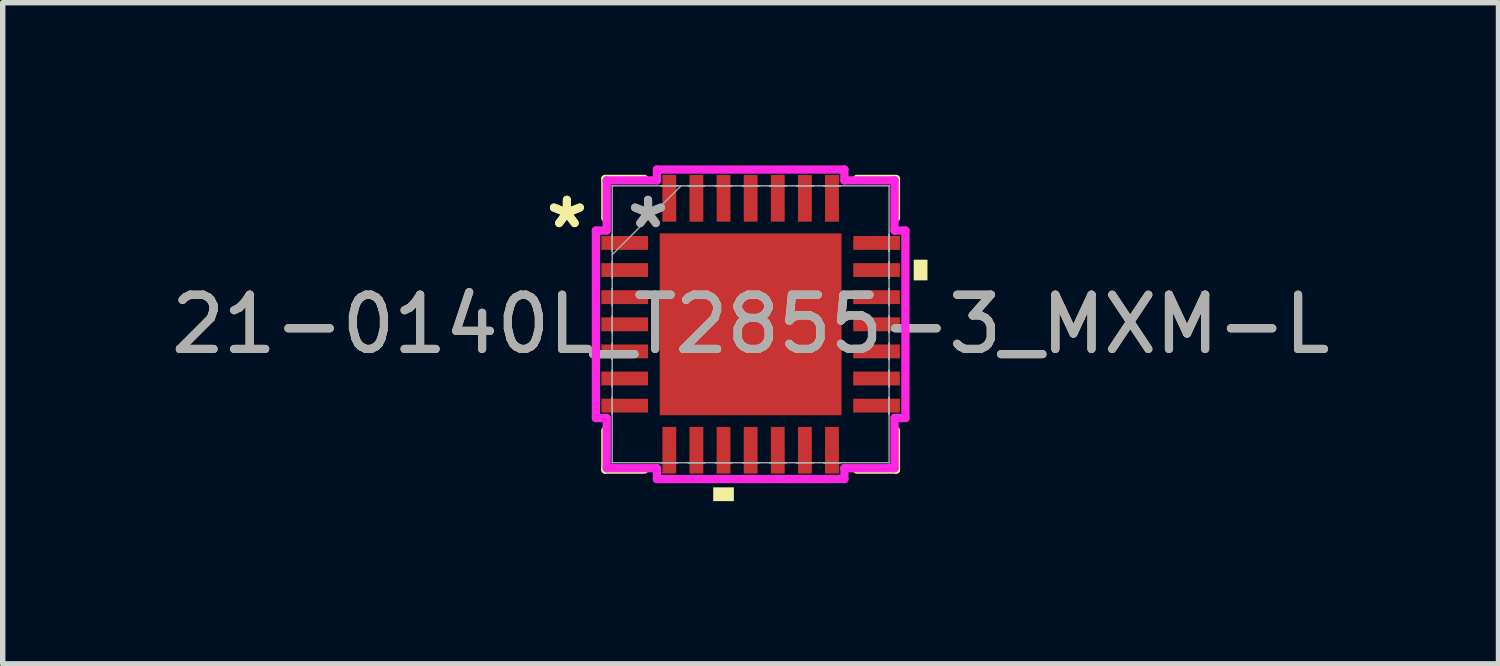
<source format=kicad_pcb>
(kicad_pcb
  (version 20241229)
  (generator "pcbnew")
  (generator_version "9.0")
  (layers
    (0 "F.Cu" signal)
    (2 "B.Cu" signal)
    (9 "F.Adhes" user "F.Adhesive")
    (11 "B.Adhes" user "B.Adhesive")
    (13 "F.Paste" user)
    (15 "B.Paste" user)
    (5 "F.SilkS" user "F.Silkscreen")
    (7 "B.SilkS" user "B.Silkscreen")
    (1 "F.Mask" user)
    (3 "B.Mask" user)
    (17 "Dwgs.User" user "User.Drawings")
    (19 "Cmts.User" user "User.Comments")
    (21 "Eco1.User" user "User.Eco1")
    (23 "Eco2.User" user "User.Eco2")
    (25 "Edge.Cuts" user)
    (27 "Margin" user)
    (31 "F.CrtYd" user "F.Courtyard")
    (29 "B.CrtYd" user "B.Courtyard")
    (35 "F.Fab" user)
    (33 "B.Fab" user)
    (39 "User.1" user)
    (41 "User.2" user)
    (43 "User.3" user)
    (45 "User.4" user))
  (footprint "21-0140L_T2855-3_MXM-L"
    (layer "F.Cu")
    (at 10.792 2.93)
    (property "Reference" "21-0140L_T2855-3_MXM-L" (at 0 0 0) (unlocked yes) (layer "F.SilkS") (effects (font (size 1 1) (thickness 0.15))))
    (attr smd)
    (fp_line (start -2.68 -2.68) (end -2.68 -1.96) (stroke (width 0.152) (type solid)) (layer "F.SilkS"))
    (fp_line (start -2.68 1.96) (end -2.68 2.68) (stroke (width 0.152) (type solid)) (layer "F.SilkS"))
    (fp_line (start -2.68 2.68) (end -1.96 2.68) (stroke (width 0.152) (type solid)) (layer "F.SilkS"))
    (fp_line (start -1.96 -2.68) (end -2.68 -2.68) (stroke (width 0.152) (type solid)) (layer "F.SilkS"))
    (fp_line (start 1.96 2.68) (end 2.68 2.68) (stroke (width 0.152) (type solid)) (layer "F.SilkS"))
    (fp_line (start 2.68 -2.68) (end 1.96 -2.68) (stroke (width 0.152) (type solid)) (layer "F.SilkS"))
    (fp_line (start 2.68 -1.96) (end 2.68 -2.68) (stroke (width 0.152) (type solid)) (layer "F.SilkS"))
    (fp_line (start 2.68 2.68) (end 2.68 1.96) (stroke (width 0.152) (type solid)) (layer "F.SilkS"))
    (fp_poly (pts (xy -0.69 3.007) (xy -0.69 3.261) (xy -0.309 3.261) (xy -0.309 3.007)) (stroke (width 0) (type solid)) (fill yes) (layer "F.SilkS"))
    (fp_poly (pts (xy 3.261 -1.191) (xy 3.261 -0.81) (xy 3.007 -0.81) (xy 3.007 -1.191)) (stroke (width 0) (type solid)) (fill yes) (layer "F.SilkS"))
    (fp_poly (pts (xy -1.576 -1.576) (xy -1.576 -0.1) (xy -0.1 -0.1) (xy -0.1 -1.576)) (stroke (width 0) (type solid)) (fill yes) (layer "F.Paste"))
    (fp_poly (pts (xy -1.576 0.1) (xy -1.576 1.576) (xy -0.1 1.576) (xy -0.1 0.1)) (stroke (width 0) (type solid)) (fill yes) (layer "F.Paste"))
    (fp_poly (pts (xy 0.1 -1.576) (xy 0.1 -0.1) (xy 1.576 -0.1) (xy 1.576 -1.576)) (stroke (width 0) (type solid)) (fill yes) (layer "F.Paste"))
    (fp_poly (pts (xy 0.1 0.1) (xy 0.1 1.576) (xy 1.576 1.576) (xy 1.576 0.1)) (stroke (width 0) (type solid)) (fill yes) (layer "F.Paste"))
    (fp_line (start -2.854 -1.729) (end -2.654 -1.729) (stroke (width 0.152) (type solid)) (layer "F.CrtYd"))
    (fp_line (start -2.854 1.729) (end -2.854 -1.729) (stroke (width 0.152) (type solid)) (layer "F.CrtYd"))
    (fp_line (start -2.654 -2.654) (end -1.729 -2.654) (stroke (width 0.152) (type solid)) (layer "F.CrtYd"))
    (fp_line (start -2.654 -1.729) (end -2.654 -2.654) (stroke (width 0.152) (type solid)) (layer "F.CrtYd"))
    (fp_line (start -2.654 1.729) (end -2.854 1.729) (stroke (width 0.152) (type solid)) (layer "F.CrtYd"))
    (fp_line (start -2.654 2.654) (end -2.654 1.729) (stroke (width 0.152) (type solid)) (layer "F.CrtYd"))
    (fp_line (start -1.729 -2.854) (end 1.729 -2.854) (stroke (width 0.152) (type solid)) (layer "F.CrtYd"))
    (fp_line (start -1.729 -2.654) (end -1.729 -2.854) (stroke (width 0.152) (type solid)) (layer "F.CrtYd"))
    (fp_line (start -1.729 2.654) (end -2.654 2.654) (stroke (width 0.152) (type solid)) (layer "F.CrtYd"))
    (fp_line (start -1.729 2.854) (end -1.729 2.654) (stroke (width 0.152) (type solid)) (layer "F.CrtYd"))
    (fp_line (start 1.729 -2.854) (end 1.729 -2.654) (stroke (width 0.152) (type solid)) (layer "F.CrtYd"))
    (fp_line (start 1.729 -2.654) (end 2.654 -2.654) (stroke (width 0.152) (type solid)) (layer "F.CrtYd"))
    (fp_line (start 1.729 2.654) (end 1.729 2.854) (stroke (width 0.152) (type solid)) (layer "F.CrtYd"))
    (fp_line (start 1.729 2.854) (end -1.729 2.854) (stroke (width 0.152) (type solid)) (layer "F.CrtYd"))
    (fp_line (start 2.654 -2.654) (end 2.654 -1.729) (stroke (width 0.152) (type solid)) (layer "F.CrtYd"))
    (fp_line (start 2.654 -1.729) (end 2.854 -1.729) (stroke (width 0.152) (type solid)) (layer "F.CrtYd"))
    (fp_line (start 2.654 1.729) (end 2.654 2.654) (stroke (width 0.152) (type solid)) (layer "F.CrtYd"))
    (fp_line (start 2.654 2.654) (end 1.729 2.654) (stroke (width 0.152) (type solid)) (layer "F.CrtYd"))
    (fp_line (start 2.854 -1.729) (end 2.854 1.729) (stroke (width 0.152) (type solid)) (layer "F.CrtYd"))
    (fp_line (start 2.854 1.729) (end 2.654 1.729) (stroke (width 0.152) (type solid)) (layer "F.CrtYd"))
    (fp_line (start -2.553 -2.553) (end -2.553 -2.553) (stroke (width 0.025) (type solid)) (layer "F.Fab"))
    (fp_line (start -2.553 -2.553) (end -2.553 2.553) (stroke (width 0.025) (type solid)) (layer "F.Fab"))
    (fp_line (start -2.553 -1.652) (end -2.553 -1.652) (stroke (width 0.025) (type solid)) (layer "F.Fab"))
    (fp_line (start -2.553 -1.652) (end -2.553 -1.348) (stroke (width 0.025) (type solid)) (layer "F.Fab"))
    (fp_line (start -2.553 -1.348) (end -2.553 -1.652) (stroke (width 0.025) (type solid)) (layer "F.Fab"))
    (fp_line (start -2.553 -1.348) (end -2.553 -1.348) (stroke (width 0.025) (type solid)) (layer "F.Fab"))
    (fp_line (start -2.553 -1.283) (end -1.283 -2.553) (stroke (width 0.025) (type solid)) (layer "F.Fab"))
    (fp_line (start -2.553 -1.152) (end -2.553 -1.152) (stroke (width 0.025) (type solid)) (layer "F.Fab"))
    (fp_line (start -2.553 -1.152) (end -2.553 -0.848) (stroke (width 0.025) (type solid)) (layer "F.Fab"))
    (fp_line (start -2.553 -0.848) (end -2.553 -1.152) (stroke (width 0.025) (type solid)) (layer "F.Fab"))
    (fp_line (start -2.553 -0.848) (end -2.553 -0.848) (stroke (width 0.025) (type solid)) (layer "F.Fab"))
    (fp_line (start -2.553 -0.652) (end -2.553 -0.652) (stroke (width 0.025) (type solid)) (layer "F.Fab"))
    (fp_line (start -2.553 -0.652) (end -2.553 -0.348) (stroke (width 0.025) (type solid)) (layer "F.Fab"))
    (fp_line (start -2.553 -0.348) (end -2.553 -0.652) (stroke (width 0.025) (type solid)) (layer "F.Fab"))
    (fp_line (start -2.553 -0.348) (end -2.553 -0.348) (stroke (width 0.025) (type solid)) (layer "F.Fab"))
    (fp_line (start -2.553 -0.152) (end -2.553 -0.152) (stroke (width 0.025) (type solid)) (layer "F.Fab"))
    (fp_line (start -2.553 -0.152) (end -2.553 0.152) (stroke (width 0.025) (type solid)) (layer "F.Fab"))
    (fp_line (start -2.553 0.152) (end -2.553 -0.152) (stroke (width 0.025) (type solid)) (layer "F.Fab"))
    (fp_line (start -2.553 0.152) (end -2.553 0.152) (stroke (width 0.025) (type solid)) (layer "F.Fab"))
    (fp_line (start -2.553 0.348) (end -2.553 0.348) (stroke (width 0.025) (type solid)) (layer "F.Fab"))
    (fp_line (start -2.553 0.348) (end -2.553 0.652) (stroke (width 0.025) (type solid)) (layer "F.Fab"))
    (fp_line (start -2.553 0.652) (end -2.553 0.348) (stroke (width 0.025) (type solid)) (layer "F.Fab"))
    (fp_line (start -2.553 0.652) (end -2.553 0.652) (stroke (width 0.025) (type solid)) (layer "F.Fab"))
    (fp_line (start -2.553 0.848) (end -2.553 0.848) (stroke (width 0.025) (type solid)) (layer "F.Fab"))
    (fp_line (start -2.553 0.848) (end -2.553 1.152) (stroke (width 0.025) (type solid)) (layer "F.Fab"))
    (fp_line (start -2.553 1.152) (end -2.553 0.848) (stroke (width 0.025) (type solid)) (layer "F.Fab"))
    (fp_line (start -2.553 1.152) (end -2.553 1.152) (stroke (width 0.025) (type solid)) (layer "F.Fab"))
    (fp_line (start -2.553 1.348) (end -2.553 1.348) (stroke (width 0.025) (type solid)) (layer "F.Fab"))
    (fp_line (start -2.553 1.348) (end -2.553 1.652) (stroke (width 0.025) (type solid)) (layer "F.Fab"))
    (fp_line (start -2.553 1.652) (end -2.553 1.348) (stroke (width 0.025) (type solid)) (layer "F.Fab"))
    (fp_line (start -2.553 1.652) (end -2.553 1.652) (stroke (width 0.025) (type solid)) (layer "F.Fab"))
    (fp_line (start -2.553 2.553) (end -2.553 2.553) (stroke (width 0.025) (type solid)) (layer "F.Fab"))
    (fp_line (start -2.553 2.553) (end 2.553 2.553) (stroke (width 0.025) (type solid)) (layer "F.Fab"))
    (fp_line (start -1.652 -2.553) (end -1.652 -2.553) (stroke (width 0.025) (type solid)) (layer "F.Fab"))
    (fp_line (start -1.652 -2.553) (end -1.348 -2.553) (stroke (width 0.025) (type solid)) (layer "F.Fab"))
    (fp_line (start -1.652 2.553) (end -1.652 2.553) (stroke (width 0.025) (type solid)) (layer "F.Fab"))
    (fp_line (start -1.652 2.553) (end -1.348 2.553) (stroke (width 0.025) (type solid)) (layer "F.Fab"))
    (fp_line (start -1.348 -2.553) (end -1.652 -2.553) (stroke (width 0.025) (type solid)) (layer "F.Fab"))
    (fp_line (start -1.348 -2.553) (end -1.348 -2.553) (stroke (width 0.025) (type solid)) (layer "F.Fab"))
    (fp_line (start -1.348 2.553) (end -1.652 2.553) (stroke (width 0.025) (type solid)) (layer "F.Fab"))
    (fp_line (start -1.348 2.553) (end -1.348 2.553) (stroke (width 0.025) (type solid)) (layer "F.Fab"))
    (fp_line (start -1.152 -2.553) (end -1.152 -2.553) (stroke (width 0.025) (type solid)) (layer "F.Fab"))
    (fp_line (start -1.152 -2.553) (end -0.848 -2.553) (stroke (width 0.025) (type solid)) (layer "F.Fab"))
    (fp_line (start -1.152 2.553) (end -1.152 2.553) (stroke (width 0.025) (type solid)) (layer "F.Fab"))
    (fp_line (start -1.152 2.553) (end -0.848 2.553) (stroke (width 0.025) (type solid)) (layer "F.Fab"))
    (fp_line (start -0.848 -2.553) (end -1.152 -2.553) (stroke (width 0.025) (type solid)) (layer "F.Fab"))
    (fp_line (start -0.848 -2.553) (end -0.848 -2.553) (stroke (width 0.025) (type solid)) (layer "F.Fab"))
    (fp_line (start -0.848 2.553) (end -1.152 2.553) (stroke (width 0.025) (type solid)) (layer "F.Fab"))
    (fp_line (start -0.848 2.553) (end -0.848 2.553) (stroke (width 0.025) (type solid)) (layer "F.Fab"))
    (fp_line (start -0.652 -2.553) (end -0.652 -2.553) (stroke (width 0.025) (type solid)) (layer "F.Fab"))
    (fp_line (start -0.652 -2.553) (end -0.348 -2.553) (stroke (width 0.025) (type solid)) (layer "F.Fab"))
    (fp_line (start -0.652 2.553) (end -0.652 2.553) (stroke (width 0.025) (type solid)) (layer "F.Fab"))
    (fp_line (start -0.652 2.553) (end -0.348 2.553) (stroke (width 0.025) (type solid)) (layer "F.Fab"))
    (fp_line (start -0.348 -2.553) (end -0.652 -2.553) (stroke (width 0.025) (type solid)) (layer "F.Fab"))
    (fp_line (start -0.348 -2.553) (end -0.348 -2.553) (stroke (width 0.025) (type solid)) (layer "F.Fab"))
    (fp_line (start -0.348 2.553) (end -0.652 2.553) (stroke (width 0.025) (type solid)) (layer "F.Fab"))
    (fp_line (start -0.348 2.553) (end -0.348 2.553) (stroke (width 0.025) (type solid)) (layer "F.Fab"))
    (fp_line (start -0.152 -2.553) (end -0.152 -2.553) (stroke (width 0.025) (type solid)) (layer "F.Fab"))
    (fp_line (start -0.152 -2.553) (end 0.152 -2.553) (stroke (width 0.025) (type solid)) (layer "F.Fab"))
    (fp_line (start -0.152 2.553) (end -0.152 2.553) (stroke (width 0.025) (type solid)) (layer "F.Fab"))
    (fp_line (start -0.152 2.553) (end 0.152 2.553) (stroke (width 0.025) (type solid)) (layer "F.Fab"))
    (fp_line (start 0.152 -2.553) (end -0.152 -2.553) (stroke (width 0.025) (type solid)) (layer "F.Fab"))
    (fp_line (start 0.152 -2.553) (end 0.152 -2.553) (stroke (width 0.025) (type solid)) (layer "F.Fab"))
    (fp_line (start 0.152 2.553) (end -0.152 2.553) (stroke (width 0.025) (type solid)) (layer "F.Fab"))
    (fp_line (start 0.152 2.553) (end 0.152 2.553) (stroke (width 0.025) (type solid)) (layer "F.Fab"))
    (fp_line (start 0.348 -2.553) (end 0.348 -2.553) (stroke (width 0.025) (type solid)) (layer "F.Fab"))
    (fp_line (start 0.348 -2.553) (end 0.652 -2.553) (stroke (width 0.025) (type solid)) (layer "F.Fab"))
    (fp_line (start 0.348 2.553) (end 0.348 2.553) (stroke (width 0.025) (type solid)) (layer "F.Fab"))
    (fp_line (start 0.348 2.553) (end 0.652 2.553) (stroke (width 0.025) (type solid)) (layer "F.Fab"))
    (fp_line (start 0.652 -2.553) (end 0.348 -2.553) (stroke (width 0.025) (type solid)) (layer "F.Fab"))
    (fp_line (start 0.652 -2.553) (end 0.652 -2.553) (stroke (width 0.025) (type solid)) (layer "F.Fab"))
    (fp_line (start 0.652 2.553) (end 0.348 2.553) (stroke (width 0.025) (type solid)) (layer "F.Fab"))
    (fp_line (start 0.652 2.553) (end 0.652 2.553) (stroke (width 0.025) (type solid)) (layer "F.Fab"))
    (fp_line (start 0.848 -2.553) (end 0.848 -2.553) (stroke (width 0.025) (type solid)) (layer "F.Fab"))
    (fp_line (start 0.848 -2.553) (end 1.152 -2.553) (stroke (width 0.025) (type solid)) (layer "F.Fab"))
    (fp_line (start 0.848 2.553) (end 0.848 2.553) (stroke (width 0.025) (type solid)) (layer "F.Fab"))
    (fp_line (start 0.848 2.553) (end 1.152 2.553) (stroke (width 0.025) (type solid)) (layer "F.Fab"))
    (fp_line (start 1.152 -2.553) (end 0.848 -2.553) (stroke (width 0.025) (type solid)) (layer "F.Fab"))
    (fp_line (start 1.152 -2.553) (end 1.152 -2.553) (stroke (width 0.025) (type solid)) (layer "F.Fab"))
    (fp_line (start 1.152 2.553) (end 0.848 2.553) (stroke (width 0.025) (type solid)) (layer "F.Fab"))
    (fp_line (start 1.152 2.553) (end 1.152 2.553) (stroke (width 0.025) (type solid)) (layer "F.Fab"))
    (fp_line (start 1.348 -2.553) (end 1.348 -2.553) (stroke (width 0.025) (type solid)) (layer "F.Fab"))
    (fp_line (start 1.348 -2.553) (end 1.652 -2.553) (stroke (width 0.025) (type solid)) (layer "F.Fab"))
    (fp_line (start 1.348 2.553) (end 1.348 2.553) (stroke (width 0.025) (type solid)) (layer "F.Fab"))
    (fp_line (start 1.348 2.553) (end 1.652 2.553) (stroke (width 0.025) (type solid)) (layer "F.Fab"))
    (fp_line (start 1.652 -2.553) (end 1.348 -2.553) (stroke (width 0.025) (type solid)) (layer "F.Fab"))
    (fp_line (start 1.652 -2.553) (end 1.652 -2.553) (stroke (width 0.025) (type solid)) (layer "F.Fab"))
    (fp_line (start 1.652 2.553) (end 1.348 2.553) (stroke (width 0.025) (type solid)) (layer "F.Fab"))
    (fp_line (start 1.652 2.553) (end 1.652 2.553) (stroke (width 0.025) (type solid)) (layer "F.Fab"))
    (fp_line (start 2.553 -2.553) (end -2.553 -2.553) (stroke (width 0.025) (type solid)) (layer "F.Fab"))
    (fp_line (start 2.553 -2.553) (end 2.553 -2.553) (stroke (width 0.025) (type solid)) (layer "F.Fab"))
    (fp_line (start 2.553 -1.652) (end 2.553 -1.652) (stroke (width 0.025) (type solid)) (layer "F.Fab"))
    (fp_line (start 2.553 -1.652) (end 2.553 -1.348) (stroke (width 0.025) (type solid)) (layer "F.Fab"))
    (fp_line (start 2.553 -1.348) (end 2.553 -1.652) (stroke (width 0.025) (type solid)) (layer "F.Fab"))
    (fp_line (start 2.553 -1.348) (end 2.553 -1.348) (stroke (width 0.025) (type solid)) (layer "F.Fab"))
    (fp_line (start 2.553 -1.152) (end 2.553 -1.152) (stroke (width 0.025) (type solid)) (layer "F.Fab"))
    (fp_line (start 2.553 -1.152) (end 2.553 -0.848) (stroke (width 0.025) (type solid)) (layer "F.Fab"))
    (fp_line (start 2.553 -0.848) (end 2.553 -1.152) (stroke (width 0.025) (type solid)) (layer "F.Fab"))
    (fp_line (start 2.553 -0.848) (end 2.553 -0.848) (stroke (width 0.025) (type solid)) (layer "F.Fab"))
    (fp_line (start 2.553 -0.652) (end 2.553 -0.652) (stroke (width 0.025) (type solid)) (layer "F.Fab"))
    (fp_line (start 2.553 -0.652) (end 2.553 -0.348) (stroke (width 0.025) (type solid)) (layer "F.Fab"))
    (fp_line (start 2.553 -0.348) (end 2.553 -0.652) (stroke (width 0.025) (type solid)) (layer "F.Fab"))
    (fp_line (start 2.553 -0.348) (end 2.553 -0.348) (stroke (width 0.025) (type solid)) (layer "F.Fab"))
    (fp_line (start 2.553 -0.152) (end 2.553 -0.152) (stroke (width 0.025) (type solid)) (layer "F.Fab"))
    (fp_line (start 2.553 -0.152) (end 2.553 0.152) (stroke (width 0.025) (type solid)) (layer "F.Fab"))
    (fp_line (start 2.553 0.152) (end 2.553 -0.152) (stroke (width 0.025) (type solid)) (layer "F.Fab"))
    (fp_line (start 2.553 0.152) (end 2.553 0.152) (stroke (width 0.025) (type solid)) (layer "F.Fab"))
    (fp_line (start 2.553 0.348) (end 2.553 0.348) (stroke (width 0.025) (type solid)) (layer "F.Fab"))
    (fp_line (start 2.553 0.348) (end 2.553 0.652) (stroke (width 0.025) (type solid)) (layer "F.Fab"))
    (fp_line (start 2.553 0.652) (end 2.553 0.348) (stroke (width 0.025) (type solid)) (layer "F.Fab"))
    (fp_line (start 2.553 0.652) (end 2.553 0.652) (stroke (width 0.025) (type solid)) (layer "F.Fab"))
    (fp_line (start 2.553 0.848) (end 2.553 0.848) (stroke (width 0.025) (type solid)) (layer "F.Fab"))
    (fp_line (start 2.553 0.848) (end 2.553 1.152) (stroke (width 0.025) (type solid)) (layer "F.Fab"))
    (fp_line (start 2.553 1.152) (end 2.553 0.848) (stroke (width 0.025) (type solid)) (layer "F.Fab"))
    (fp_line (start 2.553 1.152) (end 2.553 1.152) (stroke (width 0.025) (type solid)) (layer "F.Fab"))
    (fp_line (start 2.553 1.348) (end 2.553 1.348) (stroke (width 0.025) (type solid)) (layer "F.Fab"))
    (fp_line (start 2.553 1.348) (end 2.553 1.652) (stroke (width 0.025) (type solid)) (layer "F.Fab"))
    (fp_line (start 2.553 1.652) (end 2.553 1.348) (stroke (width 0.025) (type solid)) (layer "F.Fab"))
    (fp_line (start 2.553 1.652) (end 2.553 1.652) (stroke (width 0.025) (type solid)) (layer "F.Fab"))
    (fp_line (start 2.553 2.553) (end 2.553 -2.553) (stroke (width 0.025) (type solid)) (layer "F.Fab"))
    (fp_line (start 2.553 2.553) (end 2.553 2.553) (stroke (width 0.025) (type solid)) (layer "F.Fab"))
    (fp_text user "*" (at -3.388 -1.75 0) (layer "F.SilkS") (effects (font (size 1 1) (thickness 0.15))))
    (fp_text user "*" (at -3.388 -1.75 0) (unlocked yes) (layer "F.SilkS") (effects (font (size 1 1) (thickness 0.15))))
    (fp_text user "${REFERENCE}" (at 0 0 0) (unlocked yes) (layer "F.Fab") (effects (font (size 1 1) (thickness 0.15))))
    (fp_text user "*" (at -1.892 -1.75 0) (unlocked yes) (layer "F.Fab") (effects (font (size 1 1) (thickness 0.15))))
    (fp_text user "*" (at -1.892 -1.75 0) (layer "F.Fab") (effects (font (size 1 1) (thickness 0.15))))
    (pad "1" smd rect (at -2.322 -1.5 90) (size 0.255 0.86) (layers "F.Cu" "F.Mask" "F.Paste"))
    (pad "2" smd rect (at -2.322 -1 90) (size 0.255 0.86) (layers "F.Cu" "F.Mask" "F.Paste"))
    (pad "3" smd rect (at -2.322 -0.5 90) (size 0.255 0.86) (layers "F.Cu" "F.Mask" "F.Paste"))
    (pad "4" smd rect (at -2.322 0 90) (size 0.255 0.86) (layers "F.Cu" "F.Mask" "F.Paste"))
    (pad "5" smd rect (at -2.322 0.5 90) (size 0.255 0.86) (layers "F.Cu" "F.Mask" "F.Paste"))
    (pad "6" smd rect (at -2.322 1 90) (size 0.255 0.86) (layers "F.Cu" "F.Mask" "F.Paste"))
    (pad "7" smd rect (at -2.322 1.5 90) (size 0.255 0.86) (layers "F.Cu" "F.Mask" "F.Paste"))
    (pad "8" smd rect (at -1.5 2.322) (size 0.255 0.86) (layers "F.Cu" "F.Mask" "F.Paste"))
    (pad "9" smd rect (at -1 2.322) (size 0.255 0.86) (layers "F.Cu" "F.Mask" "F.Paste"))
    (pad "10" smd rect (at -0.5 2.322) (size 0.255 0.86) (layers "F.Cu" "F.Mask" "F.Paste"))
    (pad "11" smd rect (at 0 2.322) (size 0.255 0.86) (layers "F.Cu" "F.Mask" "F.Paste"))
    (pad "12" smd rect (at 0.5 2.322) (size 0.255 0.86) (layers "F.Cu" "F.Mask" "F.Paste"))
    (pad "13" smd rect (at 1 2.322) (size 0.255 0.86) (layers "F.Cu" "F.Mask" "F.Paste"))
    (pad "14" smd rect (at 1.5 2.322) (size 0.255 0.86) (layers "F.Cu" "F.Mask" "F.Paste"))
    (pad "15" smd rect (at 2.322 1.5 90) (size 0.255 0.86) (layers "F.Cu" "F.Mask" "F.Paste"))
    (pad "16" smd rect (at 2.322 1 90) (size 0.255 0.86) (layers "F.Cu" "F.Mask" "F.Paste"))
    (pad "17" smd rect (at 2.322 0.5 90) (size 0.255 0.86) (layers "F.Cu" "F.Mask" "F.Paste"))
    (pad "18" smd rect (at 2.322 0 90) (size 0.255 0.86) (layers "F.Cu" "F.Mask" "F.Paste"))
    (pad "19" smd rect (at 2.322 -0.5 90) (size 0.255 0.86) (layers "F.Cu" "F.Mask" "F.Paste"))
    (pad "20" smd rect (at 2.322 -1 90) (size 0.255 0.86) (layers "F.Cu" "F.Mask" "F.Paste"))
    (pad "21" smd rect (at 2.322 -1.5 90) (size 0.255 0.86) (layers "F.Cu" "F.Mask" "F.Paste"))
    (pad "22" smd rect (at 1.5 -2.322) (size 0.255 0.86) (layers "F.Cu" "F.Mask" "F.Paste"))
    (pad "23" smd rect (at 1 -2.322) (size 0.255 0.86) (layers "F.Cu" "F.Mask" "F.Paste"))
    (pad "24" smd rect (at 0.5 -2.322) (size 0.255 0.86) (layers "F.Cu" "F.Mask" "F.Paste"))
    (pad "25" smd rect (at 0 -2.322) (size 0.255 0.86) (layers "F.Cu" "F.Mask" "F.Paste"))
    (pad "26" smd rect (at -0.5 -2.322) (size 0.255 0.86) (layers "F.Cu" "F.Mask" "F.Paste"))
    (pad "27" smd rect (at -1 -2.322) (size 0.255 0.86) (layers "F.Cu" "F.Mask" "F.Paste"))
    (pad "28" smd rect (at -1.5 -2.322) (size 0.255 0.86) (layers "F.Cu" "F.Mask" "F.Paste"))
    (pad "29" smd rect (at 0 0) (size 3.353 3.353) (layers "F.Cu" "F.Mask")))
  (gr_rect
    (start -3 -3)
    (end 24.583 9.191)
    (stroke (width 0.1) (type default))
    (fill no)
    (layer "Edge.Cuts")))
</source>
